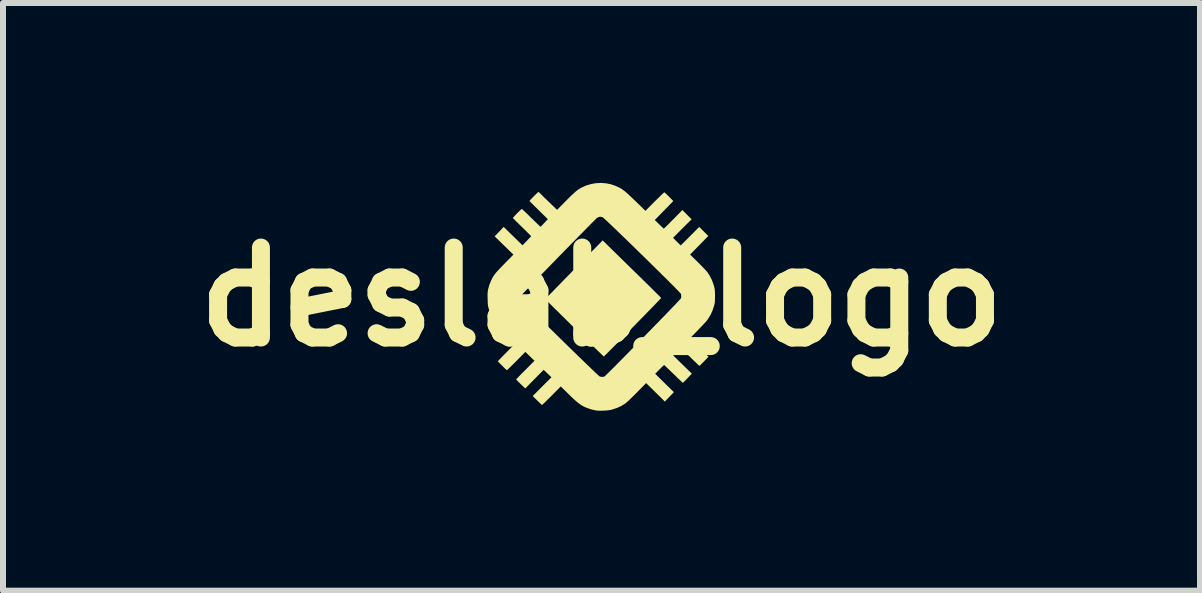
<source format=kicad_pcb>
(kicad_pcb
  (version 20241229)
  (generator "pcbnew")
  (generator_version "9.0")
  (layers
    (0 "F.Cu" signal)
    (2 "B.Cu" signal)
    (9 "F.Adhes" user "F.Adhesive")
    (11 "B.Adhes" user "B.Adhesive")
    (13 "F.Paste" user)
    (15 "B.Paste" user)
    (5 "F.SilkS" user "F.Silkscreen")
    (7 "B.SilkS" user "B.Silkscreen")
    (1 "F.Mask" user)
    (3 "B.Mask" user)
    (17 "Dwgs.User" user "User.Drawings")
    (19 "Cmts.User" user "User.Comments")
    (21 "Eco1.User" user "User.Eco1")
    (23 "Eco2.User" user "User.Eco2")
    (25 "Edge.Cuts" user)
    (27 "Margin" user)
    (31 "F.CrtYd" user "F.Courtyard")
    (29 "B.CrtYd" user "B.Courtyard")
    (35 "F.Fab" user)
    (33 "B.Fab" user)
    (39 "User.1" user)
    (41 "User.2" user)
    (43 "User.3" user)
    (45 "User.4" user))
  (footprint "deslab_logo"
    (layer "F.Cu")
    (at 6.979 1.899)
    (property "Reference" "deslab_logo" (at 0 0 0) (layer "F.SilkS") (effects (font (size 1.5 1.5) (thickness 0.3))))
    (attr board_only exclude_from_pos_files exclude_from_bom)
    (fp_poly (pts (xy 0.507 -0.463) (xy 0.568 -0.404) (xy 0.627 -0.346) (xy 0.683 -0.291) (xy 0.735 -0.239) (xy 0.785 -0.191) (xy 0.83 -0.146) (xy 0.871 -0.106) (xy 0.906 -0.07) (xy 0.937 -0.04) (xy 0.961 -0.016) (xy 0.979 0.003) (xy 0.991 0.014) (xy 0.995 0.019) (xy 0.995 0.019) (xy 0.991 0.023) (xy 0.98 0.035) (xy 0.963 0.053) (xy 0.94 0.077) (xy 0.911 0.107) (xy 0.878 0.142) (xy 0.84 0.181) (xy 0.799 0.223) (xy 0.754 0.269) (xy 0.707 0.318) (xy 0.657 0.368) (xy 0.606 0.42) (xy 0.555 0.473) (xy 0.502 0.526) (xy 0.45 0.579) (xy 0.399 0.632) (xy 0.349 0.683) (xy 0.301 0.732) (xy 0.255 0.778) (xy 0.212 0.822) (xy 0.172 0.862) (xy 0.137 0.897) (xy 0.106 0.929) (xy 0.08 0.954) (xy 0.06 0.974) (xy 0.046 0.988) (xy 0.039 0.994) (xy 0.038 0.994) (xy 0.034 0.991) (xy 0.022 0.98) (xy 0.003 0.962) (xy -0.021 0.938) (xy -0.052 0.909) (xy -0.088 0.874) (xy -0.129 0.834) (xy -0.175 0.79) (xy -0.224 0.741) (xy -0.277 0.69) (xy -0.333 0.635) (xy -0.392 0.578) (xy -0.453 0.518) (xy -0.453 0.518) (xy -0.513 0.459) (xy -0.572 0.401) (xy -0.627 0.346) (xy -0.68 0.295) (xy -0.729 0.246) (xy -0.774 0.202) (xy -0.815 0.161) (xy -0.85 0.126) (xy -0.88 0.096) (xy -0.904 0.072) (xy -0.922 0.054) (xy -0.933 0.043) (xy -0.937 0.038) (xy -0.937 0.038) (xy -0.933 0.034) (xy -0.922 0.022) (xy -0.905 0.004) (xy -0.881 -0.02) (xy -0.852 -0.05) (xy -0.818 -0.085) (xy -0.78 -0.125) (xy -0.737 -0.169) (xy -0.691 -0.216) (xy -0.642 -0.266) (xy -0.591 -0.319) (xy -0.537 -0.373) (xy -0.483 -0.429) (xy -0.427 -0.486) (xy -0.371 -0.543) (xy -0.315 -0.6) (xy -0.26 -0.656) (xy -0.206 -0.711) (xy -0.154 -0.765) (xy -0.121 -0.798) (xy 0.019 -0.941)) (stroke (width 0) (type solid)) (fill yes) (layer "F.SilkS"))
    (fp_poly (pts (xy 0.074 -1.893) (xy 0.155 -1.877) (xy 0.234 -1.85) (xy 0.267 -1.835) (xy 0.292 -1.823) (xy 0.315 -1.811) (xy 0.336 -1.798) (xy 0.358 -1.783) (xy 0.381 -1.766) (xy 0.406 -1.745) (xy 0.435 -1.72) (xy 0.467 -1.69) (xy 0.504 -1.655) (xy 0.548 -1.613) (xy 0.569 -1.593) (xy 0.732 -1.434) (xy 0.886 -1.589) (xy 0.92 -1.622) (xy 0.952 -1.653) (xy 0.98 -1.681) (xy 1.004 -1.705) (xy 1.024 -1.723) (xy 1.038 -1.736) (xy 1.046 -1.743) (xy 1.046 -1.743) (xy 1.052 -1.739) (xy 1.064 -1.729) (xy 1.08 -1.714) (xy 1.101 -1.694) (xy 1.124 -1.671) (xy 1.125 -1.67) (xy 1.197 -1.597) (xy 1.043 -1.439) (xy 0.888 -1.281) (xy 0.961 -1.21) (xy 0.984 -1.187) (xy 1.005 -1.168) (xy 1.021 -1.152) (xy 1.033 -1.141) (xy 1.038 -1.137) (xy 1.038 -1.137) (xy 1.042 -1.14) (xy 1.054 -1.151) (xy 1.071 -1.167) (xy 1.093 -1.189) (xy 1.12 -1.215) (xy 1.15 -1.246) (xy 1.183 -1.279) (xy 1.195 -1.291) (xy 1.348 -1.447) (xy 1.425 -1.37) (xy 1.502 -1.293) (xy 1.347 -1.139) (xy 1.193 -0.984) (xy 1.256 -0.92) (xy 1.32 -0.857) (xy 1.475 -1.011) (xy 1.629 -1.166) (xy 1.705 -1.09) (xy 1.78 -1.015) (xy 1.629 -0.86) (xy 1.477 -0.705) (xy 1.607 -0.577) (xy 1.639 -0.545) (xy 1.67 -0.514) (xy 1.698 -0.485) (xy 1.723 -0.458) (xy 1.743 -0.437) (xy 1.757 -0.421) (xy 1.762 -0.415) (xy 1.802 -0.355) (xy 1.834 -0.294) (xy 1.86 -0.229) (xy 1.877 -0.171) (xy 1.882 -0.152) (xy 1.886 -0.134) (xy 1.888 -0.116) (xy 1.89 -0.095) (xy 1.891 -0.07) (xy 1.892 -0.037) (xy 1.892 -0.016) (xy 1.892 0.021) (xy 1.891 0.05) (xy 1.89 0.072) (xy 1.889 0.091) (xy 1.886 0.109) (xy 1.882 0.128) (xy 1.878 0.144) (xy 1.852 0.225) (xy 1.819 0.299) (xy 1.777 0.367) (xy 1.749 0.405) (xy 1.737 0.419) (xy 1.718 0.439) (xy 1.695 0.464) (xy 1.667 0.493) (xy 1.637 0.525) (xy 1.606 0.557) (xy 1.594 0.569) (xy 1.472 0.694) (xy 1.628 0.846) (xy 1.784 0.999) (xy 1.711 1.074) (xy 1.688 1.098) (xy 1.667 1.118) (xy 1.651 1.135) (xy 1.639 1.146) (xy 1.633 1.151) (xy 1.633 1.151) (xy 1.628 1.148) (xy 1.617 1.138) (xy 1.599 1.122) (xy 1.577 1.1) (xy 1.55 1.075) (xy 1.519 1.045) (xy 1.487 1.013) (xy 1.477 1.003) (xy 1.443 0.971) (xy 1.412 0.94) (xy 1.384 0.913) (xy 1.36 0.89) (xy 1.342 0.872) (xy 1.328 0.86) (xy 1.322 0.854) (xy 1.321 0.854) (xy 1.316 0.858) (xy 1.305 0.868) (xy 1.289 0.883) (xy 1.269 0.902) (xy 1.256 0.915) (xy 1.195 0.977) (xy 1.35 1.129) (xy 1.506 1.281) (xy 1.434 1.356) (xy 1.412 1.38) (xy 1.391 1.4) (xy 1.375 1.417) (xy 1.363 1.428) (xy 1.358 1.433) (xy 1.358 1.433) (xy 1.353 1.43) (xy 1.341 1.42) (xy 1.323 1.404) (xy 1.301 1.382) (xy 1.273 1.357) (xy 1.243 1.327) (xy 1.21 1.295) (xy 1.201 1.287) (xy 1.167 1.254) (xy 1.136 1.224) (xy 1.108 1.197) (xy 1.084 1.174) (xy 1.065 1.156) (xy 1.052 1.143) (xy 1.045 1.137) (xy 1.045 1.137) (xy 1.04 1.14) (xy 1.029 1.15) (xy 1.012 1.165) (xy 0.992 1.185) (xy 0.969 1.208) (xy 0.968 1.209) (xy 0.895 1.283) (xy 1.05 1.436) (xy 1.206 1.589) (xy 1.131 1.667) (xy 1.056 1.746) (xy 0.9 1.592) (xy 0.744 1.438) (xy 0.589 1.595) (xy 0.552 1.632) (xy 0.517 1.667) (xy 0.484 1.699) (xy 0.455 1.727) (xy 0.431 1.749) (xy 0.412 1.766) (xy 0.399 1.777) (xy 0.398 1.777) (xy 0.332 1.818) (xy 0.263 1.851) (xy 0.188 1.876) (xy 0.157 1.885) (xy 0.132 1.889) (xy 0.098 1.893) (xy 0.06 1.896) (xy 0.019 1.898) (xy -0.021 1.899) (xy -0.057 1.898) (xy -0.086 1.895) (xy -0.092 1.895) (xy -0.129 1.887) (xy -0.172 1.876) (xy -0.215 1.862) (xy -0.255 1.847) (xy -0.265 1.843) (xy -0.294 1.83) (xy -0.322 1.814) (xy -0.35 1.797) (xy -0.379 1.776) (xy -0.411 1.751) (xy -0.446 1.72) (xy -0.485 1.684) (xy -0.53 1.641) (xy -0.548 1.623) (xy -0.68 1.494) (xy -0.833 1.649) (xy -0.866 1.682) (xy -0.898 1.713) (xy -0.926 1.741) (xy -0.95 1.765) (xy -0.97 1.783) (xy -0.984 1.796) (xy -0.991 1.802) (xy -0.992 1.803) (xy -0.997 1.799) (xy -1.009 1.789) (xy -1.026 1.773) (xy -1.046 1.753) (xy -1.07 1.731) (xy -1.072 1.728) (xy -1.147 1.654) (xy -0.991 1.497) (xy -0.835 1.341) (xy -0.9 1.279) (xy -0.965 1.217) (xy -1.118 1.372) (xy -1.271 1.528) (xy -1.347 1.455) (xy -1.37 1.432) (xy -1.391 1.412) (xy -1.407 1.395) (xy -1.419 1.383) (xy -1.423 1.377) (xy -1.423 1.377) (xy -1.419 1.372) (xy -1.409 1.361) (xy -1.392 1.343) (xy -1.37 1.32) (xy -1.344 1.293) (xy -1.314 1.263) (xy -1.281 1.23) (xy -1.27 1.219) (xy -1.117 1.065) (xy -1.13 1.053) (xy -1.139 1.045) (xy -1.154 1.031) (xy -1.173 1.012) (xy -1.194 0.992) (xy -1.207 0.979) (xy -1.27 0.918) (xy -1.421 1.071) (xy -1.454 1.104) (xy -1.485 1.135) (xy -1.513 1.162) (xy -1.537 1.186) (xy -1.556 1.204) (xy -1.569 1.216) (xy -1.576 1.222) (xy -1.577 1.223) (xy -1.583 1.219) (xy -1.594 1.209) (xy -1.611 1.194) (xy -1.63 1.175) (xy -1.65 1.155) (xy -1.671 1.134) (xy -1.691 1.114) (xy -1.707 1.097) (xy -1.72 1.083) (xy -1.726 1.075) (xy -1.727 1.074) (xy -1.723 1.069) (xy -1.712 1.057) (xy -1.696 1.039) (xy -1.674 1.017) (xy -1.648 0.99) (xy -1.618 0.959) (xy -1.585 0.926) (xy -1.576 0.917) (xy -1.426 0.767) (xy -1.591 0.603) (xy -1.641 0.553) (xy -1.684 0.51) (xy -1.719 0.473) (xy -1.747 0.443) (xy -1.768 0.419) (xy -1.782 0.401) (xy -1.785 0.397) (xy -1.813 0.352) (xy -1.839 0.302) (xy -1.862 0.25) (xy -1.88 0.2) (xy -1.882 0.192) (xy -1.887 0.173) (xy -1.891 0.155) (xy -1.894 0.137) (xy -1.896 0.116) (xy -1.897 0.089) (xy -1.898 0.055) (xy -1.899 0.034) (xy -1.899 0.018) (xy -1.34 0.018) (xy -1.335 0.046) (xy -1.334 0.048) (xy -1.332 0.052) (xy -1.328 0.058) (xy -1.321 0.067) (xy -1.311 0.078) (xy -1.298 0.092) (xy -1.281 0.109) (xy -1.261 0.13) (xy -1.236 0.155) (xy -1.207 0.185) (xy -1.173 0.218) (xy -1.134 0.257) (xy -1.089 0.301) (xy -1.039 0.351) (xy -0.982 0.407) (xy -0.919 0.469) (xy -0.849 0.537) (xy -0.772 0.612) (xy -0.689 0.694) (xy -0.598 0.783) (xy -0.513 0.866) (xy -0.435 0.942) (xy -0.364 1.011) (xy -0.299 1.074) (xy -0.241 1.13) (xy -0.189 1.18) (xy -0.145 1.222) (xy -0.108 1.258) (xy -0.077 1.286) (xy -0.055 1.307) (xy -0.039 1.321) (xy -0.032 1.327) (xy -0.031 1.327) (xy -0.002 1.335) (xy 0.029 1.334) (xy 0.05 1.328) (xy 0.056 1.323) (xy 0.069 1.31) (xy 0.088 1.291) (xy 0.114 1.266) (xy 0.145 1.235) (xy 0.182 1.199) (xy 0.223 1.158) (xy 0.268 1.112) (xy 0.317 1.063) (xy 0.369 1.01) (xy 0.423 0.955) (xy 0.48 0.897) (xy 0.539 0.838) (xy 0.598 0.777) (xy 0.659 0.715) (xy 0.719 0.654) (xy 0.779 0.592) (xy 0.839 0.531) (xy 0.897 0.471) (xy 0.954 0.413) (xy 1.008 0.357) (xy 1.06 0.304) (xy 1.108 0.254) (xy 1.153 0.207) (xy 1.194 0.165) (xy 1.23 0.128) (xy 1.26 0.095) (xy 1.285 0.069) (xy 1.304 0.048) (xy 1.317 0.035) (xy 1.322 0.028) (xy 1.322 0.028) (xy 1.33 -0.001) (xy 1.328 -0.033) (xy 1.323 -0.051) (xy 1.318 -0.057) (xy 1.305 -0.071) (xy 1.286 -0.091) (xy 1.261 -0.118) (xy 1.229 -0.15) (xy 1.193 -0.187) (xy 1.151 -0.228) (xy 1.106 -0.274) (xy 1.056 -0.323) (xy 1.003 -0.375) (xy 0.948 -0.43) (xy 0.89 -0.487) (xy 0.83 -0.546) (xy 0.769 -0.606) (xy 0.707 -0.667) (xy 0.645 -0.727) (xy 0.583 -0.788) (xy 0.522 -0.848) (xy 0.462 -0.906) (xy 0.404 -0.963) (xy 0.347 -1.017) (xy 0.294 -1.068) (xy 0.244 -1.117) (xy 0.197 -1.161) (xy 0.155 -1.202) (xy 0.117 -1.237) (xy 0.085 -1.268) (xy 0.058 -1.293) (xy 0.037 -1.311) (xy 0.024 -1.323) (xy 0.017 -1.328) (xy -0.013 -1.335) (xy -0.043 -1.332) (xy -0.072 -1.318) (xy -0.079 -1.313) (xy -0.085 -1.307) (xy -0.098 -1.294) (xy -0.118 -1.274) (xy -0.144 -1.248) (xy -0.176 -1.216) (xy -0.212 -1.179) (xy -0.253 -1.138) (xy -0.298 -1.092) (xy -0.347 -1.042) (xy -0.399 -0.99) (xy -0.453 -0.934) (xy -0.51 -0.877) (xy -0.568 -0.817) (xy -0.627 -0.757) (xy -0.687 -0.696) (xy -0.747 -0.634) (xy -0.806 -0.573) (xy -0.865 -0.513) (xy -0.922 -0.454) (xy -0.978 -0.397) (xy -1.031 -0.343) (xy -1.081 -0.291) (xy -1.128 -0.243) (xy -1.172 -0.198) (xy -1.211 -0.158) (xy -1.245 -0.122) (xy -1.274 -0.092) (xy -1.297 -0.068) (xy -1.314 -0.05) (xy -1.324 -0.039) (xy -1.327 -0.036) (xy -1.337 -0.011) (xy -1.34 0.018) (xy -1.899 0.018) (xy -1.9 -0.007) (xy -1.9 -0.04) (xy -1.899 -0.066) (xy -1.897 -0.088) (xy -1.894 -0.107) (xy -1.893 -0.116) (xy -1.871 -0.197) (xy -1.84 -0.274) (xy -1.799 -0.347) (xy -1.774 -0.384) (xy -1.763 -0.398) (xy -1.745 -0.418) (xy -1.721 -0.444) (xy -1.694 -0.474) (xy -1.663 -0.506) (xy -1.63 -0.54) (xy -1.606 -0.565) (xy -1.469 -0.704) (xy -1.625 -0.856) (xy -1.781 -1.008) (xy -1.706 -1.087) (xy -1.631 -1.166) (xy -1.474 -1.012) (xy -1.317 -0.859) (xy -1.246 -0.933) (xy -1.223 -0.957) (xy -1.204 -0.978) (xy -1.188 -0.994) (xy -1.178 -1.006) (xy -1.174 -1.011) (xy -1.174 -1.012) (xy -1.178 -1.016) (xy -1.188 -1.027) (xy -1.205 -1.044) (xy -1.227 -1.066) (xy -1.254 -1.093) (xy -1.284 -1.122) (xy -1.317 -1.155) (xy -1.326 -1.163) (xy -1.359 -1.196) (xy -1.39 -1.226) (xy -1.418 -1.253) (xy -1.441 -1.277) (xy -1.459 -1.295) (xy -1.472 -1.308) (xy -1.477 -1.315) (xy -1.477 -1.315) (xy -1.474 -1.321) (xy -1.464 -1.332) (xy -1.449 -1.348) (xy -1.431 -1.368) (xy -1.411 -1.389) (xy -1.39 -1.41) (xy -1.37 -1.429) (xy -1.353 -1.446) (xy -1.339 -1.459) (xy -1.331 -1.466) (xy -1.33 -1.467) (xy -1.325 -1.463) (xy -1.313 -1.452) (xy -1.295 -1.436) (xy -1.272 -1.414) (xy -1.245 -1.388) (xy -1.215 -1.359) (xy -1.182 -1.326) (xy -1.173 -1.317) (xy -1.139 -1.285) (xy -1.108 -1.254) (xy -1.08 -1.227) (xy -1.056 -1.204) (xy -1.037 -1.186) (xy -1.024 -1.174) (xy -1.018 -1.169) (xy -1.017 -1.168) (xy -1.012 -1.172) (xy -1.001 -1.183) (xy -0.986 -1.198) (xy -0.967 -1.218) (xy -0.954 -1.232) (xy -0.895 -1.295) (xy -1.048 -1.445) (xy -1.081 -1.478) (xy -1.113 -1.508) (xy -1.14 -1.536) (xy -1.164 -1.56) (xy -1.182 -1.578) (xy -1.195 -1.591) (xy -1.201 -1.598) (xy -1.201 -1.599) (xy -1.197 -1.604) (xy -1.187 -1.616) (xy -1.172 -1.632) (xy -1.154 -1.651) (xy -1.134 -1.672) (xy -1.113 -1.692) (xy -1.093 -1.712) (xy -1.075 -1.729) (xy -1.062 -1.741) (xy -1.054 -1.748) (xy -1.052 -1.748) (xy -1.046 -1.745) (xy -1.034 -1.735) (xy -1.019 -1.721) (xy -1.011 -1.713) (xy -0.998 -1.7) (xy -0.978 -1.68) (xy -0.954 -1.656) (xy -0.926 -1.629) (xy -0.895 -1.599) (xy -0.863 -1.568) (xy -0.859 -1.564) (xy -0.741 -1.45) (xy -0.598 -1.595) (xy -0.553 -1.64) (xy -0.514 -1.679) (xy -0.48 -1.711) (xy -0.451 -1.738) (xy -0.425 -1.76) (xy -0.401 -1.779) (xy -0.379 -1.794) (xy -0.357 -1.808) (xy -0.334 -1.821) (xy -0.33 -1.823) (xy -0.253 -1.857) (xy -0.173 -1.881) (xy -0.091 -1.895) (xy -0.009 -1.899)) (stroke (width 0) (type solid)) (fill yes) (layer "F.SilkS")))
  (gr_rect
    (start -3 -3)
    (end 16.957 6.798)
    (stroke (width 0.1) (type default))
    (fill no)
    (layer "Edge.Cuts")))
</source>
